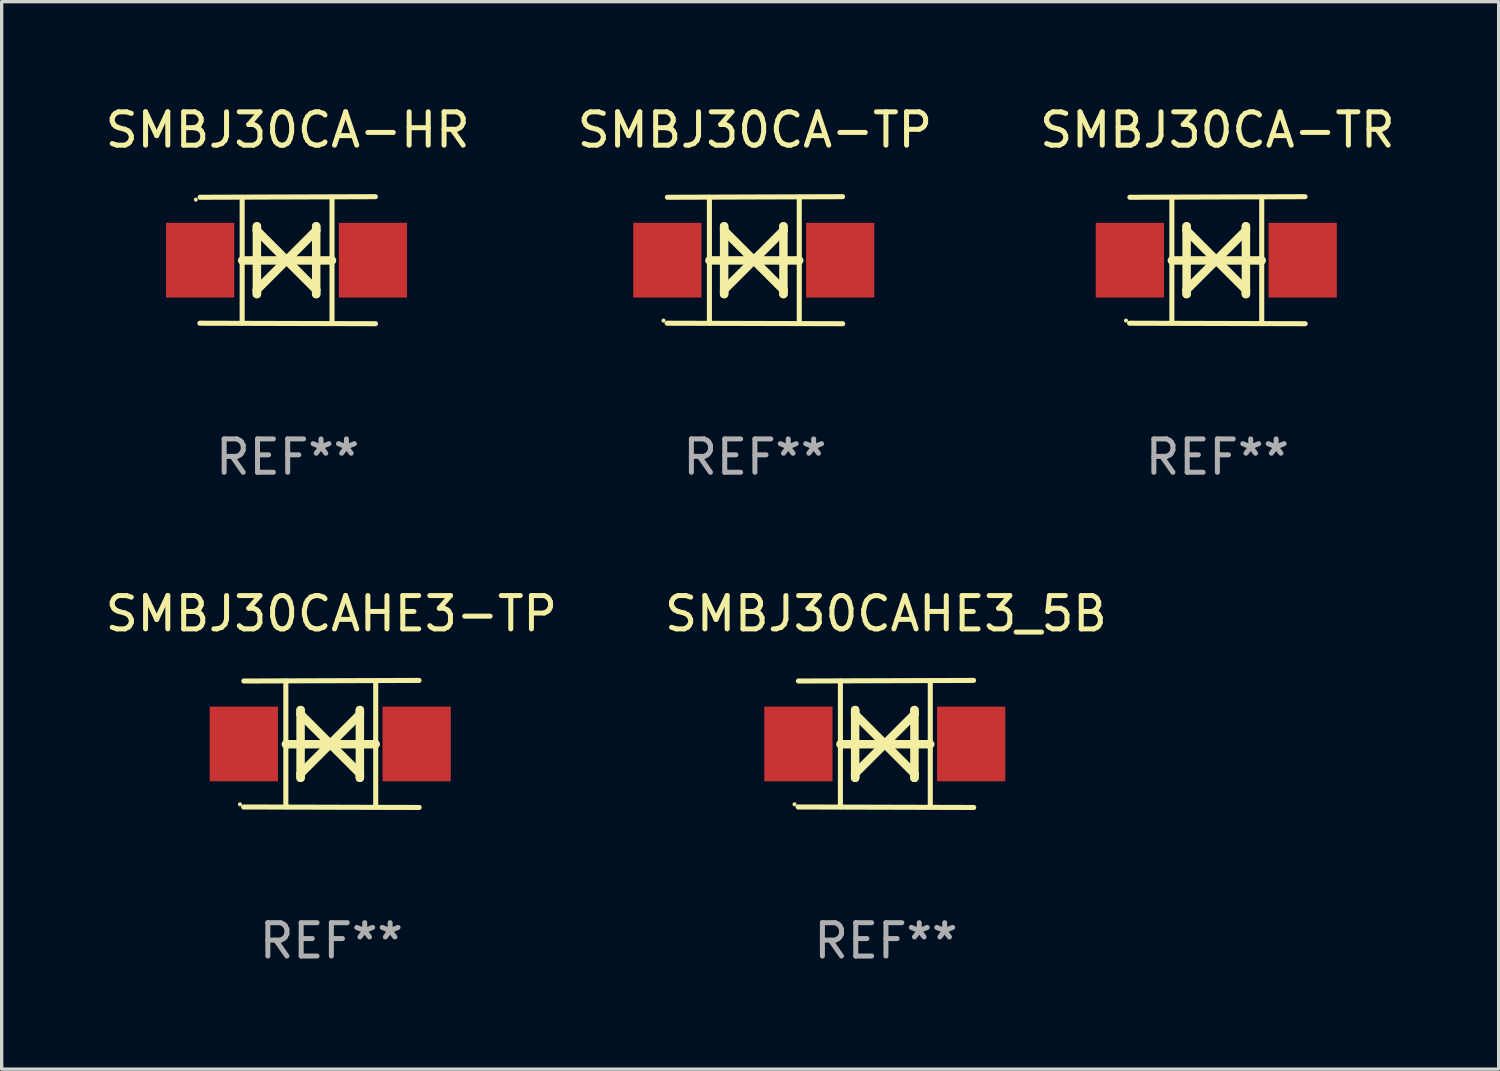
<source format=kicad_pcb>
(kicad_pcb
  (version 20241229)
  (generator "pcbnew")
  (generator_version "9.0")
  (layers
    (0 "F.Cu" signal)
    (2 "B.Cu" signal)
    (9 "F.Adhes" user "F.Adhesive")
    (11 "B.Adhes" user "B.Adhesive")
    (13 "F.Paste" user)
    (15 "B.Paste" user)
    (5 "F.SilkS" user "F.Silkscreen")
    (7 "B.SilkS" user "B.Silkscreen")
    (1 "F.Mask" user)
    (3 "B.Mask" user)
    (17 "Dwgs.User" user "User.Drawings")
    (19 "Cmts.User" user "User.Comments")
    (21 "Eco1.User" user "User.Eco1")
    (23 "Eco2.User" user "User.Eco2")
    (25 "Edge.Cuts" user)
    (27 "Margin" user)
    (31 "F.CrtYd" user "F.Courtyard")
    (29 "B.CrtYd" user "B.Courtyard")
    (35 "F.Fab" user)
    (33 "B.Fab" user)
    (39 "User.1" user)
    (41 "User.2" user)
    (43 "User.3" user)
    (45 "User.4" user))
  (footprint "SMBJ30CAHE3_5B"
    (layer "F.Cu")
    (at 23.518 19.26)
    (property "Reference" "SMBJ30CAHE3_5B" (at 0 -3.905 0) (layer "F.SilkS") (effects (font (size 1 1) (thickness 0.15))))
    (attr through_hole)
    (fp_line (start -1.365 1.886) (end -1.365 -1.886) (stroke (width 0.152) (type solid)) (layer "F.SilkS"))
    (fp_line (start -1.365 0.008) (end 1.33 0.008) (stroke (width 0.254) (type solid)) (layer "F.SilkS"))
    (fp_line (start -0.923 -1.016) (end -0.923 1.016) (stroke (width 0.254) (type solid)) (layer "F.SilkS"))
    (fp_line (start -0.923 -0.889) (end -0.923 -1.016) (stroke (width 0.254) (type solid)) (layer "F.SilkS"))
    (fp_line (start -0.923 0.889) (end -0.034 0) (stroke (width 0.254) (type solid)) (layer "F.SilkS"))
    (fp_line (start -0.923 1.016) (end -0.923 0.889) (stroke (width 0.254) (type solid)) (layer "F.SilkS"))
    (fp_line (start -0.034 0) (end -0.923 -0.889) (stroke (width 0.254) (type solid)) (layer "F.SilkS"))
    (fp_line (start -0.034 0) (end 0.855 0.889) (stroke (width 0.254) (type solid)) (layer "F.SilkS"))
    (fp_line (start 0.855 -1.016) (end 0.855 -0.889) (stroke (width 0.254) (type solid)) (layer "F.SilkS"))
    (fp_line (start 0.855 -0.889) (end -0.034 0) (stroke (width 0.254) (type solid)) (layer "F.SilkS"))
    (fp_line (start 0.855 0.889) (end 0.855 1.016) (stroke (width 0.254) (type solid)) (layer "F.SilkS"))
    (fp_line (start 0.855 1.016) (end 0.855 -1.016) (stroke (width 0.254) (type solid)) (layer "F.SilkS"))
    (fp_line (start 1.33 1.886) (end 1.33 -1.886) (stroke (width 0.152) (type solid)) (layer "F.SilkS"))
    (fp_line (start 2.629 -1.905) (end -2.625 -1.887) (stroke (width 0.152) (type solid)) (layer "F.SilkS"))
    (fp_line (start 2.633 1.905) (end -2.633 1.89) (stroke (width 0.152) (type solid)) (layer "F.SilkS"))
    (fp_circle (center -2.741 1.81) (end -2.711 1.81) (stroke (width 0.06) (type solid)) (fill no) (layer "F.SilkS"))
    (fp_text user "REF**" (at 0 5.905 0) (layer "F.Fab") (effects (font (size 1 1) (thickness 0.15))))
    (pad "1" smd rect (at -2.625 0) (size 2.047 2.241) (layers "F.Cu" "F.Mask" "F.Paste"))
    (pad "2" smd rect (at 2.557 0) (size 2.047 2.241) (layers "F.Cu" "F.Mask" "F.Paste")))
  (footprint "SMBJ30CA-TR"
    (layer "F.Cu")
    (at 33.458 4.753)
    (property "Reference" "SMBJ30CA-TR" (at 0 -3.905 0) (layer "F.SilkS") (effects (font (size 1 1) (thickness 0.15))))
    (attr through_hole)
    (fp_line (start -1.365 1.886) (end -1.365 -1.886) (stroke (width 0.152) (type solid)) (layer "F.SilkS"))
    (fp_line (start -1.365 0.008) (end 1.33 0.008) (stroke (width 0.254) (type solid)) (layer "F.SilkS"))
    (fp_line (start -0.923 -1.016) (end -0.923 1.016) (stroke (width 0.254) (type solid)) (layer "F.SilkS"))
    (fp_line (start -0.923 -0.889) (end -0.923 -1.016) (stroke (width 0.254) (type solid)) (layer "F.SilkS"))
    (fp_line (start -0.923 0.889) (end -0.034 0) (stroke (width 0.254) (type solid)) (layer "F.SilkS"))
    (fp_line (start -0.923 1.016) (end -0.923 0.889) (stroke (width 0.254) (type solid)) (layer "F.SilkS"))
    (fp_line (start -0.034 0) (end -0.923 -0.889) (stroke (width 0.254) (type solid)) (layer "F.SilkS"))
    (fp_line (start -0.034 0) (end 0.855 0.889) (stroke (width 0.254) (type solid)) (layer "F.SilkS"))
    (fp_line (start 0.855 -1.016) (end 0.855 -0.889) (stroke (width 0.254) (type solid)) (layer "F.SilkS"))
    (fp_line (start 0.855 -0.889) (end -0.034 0) (stroke (width 0.254) (type solid)) (layer "F.SilkS"))
    (fp_line (start 0.855 0.889) (end 0.855 1.016) (stroke (width 0.254) (type solid)) (layer "F.SilkS"))
    (fp_line (start 0.855 1.016) (end 0.855 -1.016) (stroke (width 0.254) (type solid)) (layer "F.SilkS"))
    (fp_line (start 1.33 1.886) (end 1.33 -1.886) (stroke (width 0.152) (type solid)) (layer "F.SilkS"))
    (fp_line (start 2.629 -1.905) (end -2.625 -1.887) (stroke (width 0.152) (type solid)) (layer "F.SilkS"))
    (fp_line (start 2.633 1.905) (end -2.633 1.89) (stroke (width 0.152) (type solid)) (layer "F.SilkS"))
    (fp_circle (center -2.741 1.81) (end -2.711 1.81) (stroke (width 0.06) (type solid)) (fill no) (layer "F.SilkS"))
    (fp_text user "REF**" (at 0 5.905 0) (layer "F.Fab") (effects (font (size 1 1) (thickness 0.15))))
    (pad "1" smd rect (at -2.625 0) (size 2.047 2.241) (layers "F.Cu" "F.Mask" "F.Paste"))
    (pad "2" smd rect (at 2.557 0) (size 2.047 2.241) (layers "F.Cu" "F.Mask" "F.Paste")))
  (footprint "SMBJ30CA-TP"
    (layer "F.Cu")
    (at 19.589 4.753)
    (property "Reference" "SMBJ30CA-TP" (at 0 -3.905 0) (layer "F.SilkS") (effects (font (size 1 1) (thickness 0.15))))
    (attr through_hole)
    (fp_line (start -1.365 1.886) (end -1.365 -1.886) (stroke (width 0.152) (type solid)) (layer "F.SilkS"))
    (fp_line (start -1.365 0.008) (end 1.33 0.008) (stroke (width 0.254) (type solid)) (layer "F.SilkS"))
    (fp_line (start -0.923 -1.016) (end -0.923 1.016) (stroke (width 0.254) (type solid)) (layer "F.SilkS"))
    (fp_line (start -0.923 -0.889) (end -0.923 -1.016) (stroke (width 0.254) (type solid)) (layer "F.SilkS"))
    (fp_line (start -0.923 0.889) (end -0.034 0) (stroke (width 0.254) (type solid)) (layer "F.SilkS"))
    (fp_line (start -0.923 1.016) (end -0.923 0.889) (stroke (width 0.254) (type solid)) (layer "F.SilkS"))
    (fp_line (start -0.034 0) (end -0.923 -0.889) (stroke (width 0.254) (type solid)) (layer "F.SilkS"))
    (fp_line (start -0.034 0) (end 0.855 0.889) (stroke (width 0.254) (type solid)) (layer "F.SilkS"))
    (fp_line (start 0.855 -1.016) (end 0.855 -0.889) (stroke (width 0.254) (type solid)) (layer "F.SilkS"))
    (fp_line (start 0.855 -0.889) (end -0.034 0) (stroke (width 0.254) (type solid)) (layer "F.SilkS"))
    (fp_line (start 0.855 0.889) (end 0.855 1.016) (stroke (width 0.254) (type solid)) (layer "F.SilkS"))
    (fp_line (start 0.855 1.016) (end 0.855 -1.016) (stroke (width 0.254) (type solid)) (layer "F.SilkS"))
    (fp_line (start 1.33 1.886) (end 1.33 -1.886) (stroke (width 0.152) (type solid)) (layer "F.SilkS"))
    (fp_line (start 2.629 -1.905) (end -2.625 -1.887) (stroke (width 0.152) (type solid)) (layer "F.SilkS"))
    (fp_line (start 2.633 1.905) (end -2.633 1.89) (stroke (width 0.152) (type solid)) (layer "F.SilkS"))
    (fp_circle (center -2.741 1.81) (end -2.711 1.81) (stroke (width 0.06) (type solid)) (fill no) (layer "F.SilkS"))
    (fp_text user "REF**" (at 0 5.905 0) (layer "F.Fab") (effects (font (size 1 1) (thickness 0.15))))
    (pad "1" smd rect (at -2.625 0) (size 2.047 2.241) (layers "F.Cu" "F.Mask" "F.Paste"))
    (pad "2" smd rect (at 2.557 0) (size 2.047 2.241) (layers "F.Cu" "F.Mask" "F.Paste")))
  (footprint "SMBJ30CAHE3-TP"
    (layer "F.Cu")
    (at 6.887 19.26)
    (property "Reference" "SMBJ30CAHE3-TP" (at 0 -3.905 0) (layer "F.SilkS") (effects (font (size 1 1) (thickness 0.15))))
    (attr through_hole)
    (fp_line (start -1.365 1.886) (end -1.365 -1.886) (stroke (width 0.152) (type solid)) (layer "F.SilkS"))
    (fp_line (start -1.365 0.008) (end 1.33 0.008) (stroke (width 0.254) (type solid)) (layer "F.SilkS"))
    (fp_line (start -0.923 -1.016) (end -0.923 1.016) (stroke (width 0.254) (type solid)) (layer "F.SilkS"))
    (fp_line (start -0.923 -0.889) (end -0.923 -1.016) (stroke (width 0.254) (type solid)) (layer "F.SilkS"))
    (fp_line (start -0.923 0.889) (end -0.034 0) (stroke (width 0.254) (type solid)) (layer "F.SilkS"))
    (fp_line (start -0.923 1.016) (end -0.923 0.889) (stroke (width 0.254) (type solid)) (layer "F.SilkS"))
    (fp_line (start -0.034 0) (end -0.923 -0.889) (stroke (width 0.254) (type solid)) (layer "F.SilkS"))
    (fp_line (start -0.034 0) (end 0.855 0.889) (stroke (width 0.254) (type solid)) (layer "F.SilkS"))
    (fp_line (start 0.855 -1.016) (end 0.855 -0.889) (stroke (width 0.254) (type solid)) (layer "F.SilkS"))
    (fp_line (start 0.855 -0.889) (end -0.034 0) (stroke (width 0.254) (type solid)) (layer "F.SilkS"))
    (fp_line (start 0.855 0.889) (end 0.855 1.016) (stroke (width 0.254) (type solid)) (layer "F.SilkS"))
    (fp_line (start 0.855 1.016) (end 0.855 -1.016) (stroke (width 0.254) (type solid)) (layer "F.SilkS"))
    (fp_line (start 1.33 1.886) (end 1.33 -1.886) (stroke (width 0.152) (type solid)) (layer "F.SilkS"))
    (fp_line (start 2.629 -1.905) (end -2.625 -1.887) (stroke (width 0.152) (type solid)) (layer "F.SilkS"))
    (fp_line (start 2.633 1.905) (end -2.633 1.89) (stroke (width 0.152) (type solid)) (layer "F.SilkS"))
    (fp_circle (center -2.741 1.81) (end -2.711 1.81) (stroke (width 0.06) (type solid)) (fill no) (layer "F.SilkS"))
    (fp_text user "REF**" (at 0 5.905 0) (layer "F.Fab") (effects (font (size 1 1) (thickness 0.15))))
    (pad "1" smd rect (at -2.625 0) (size 2.047 2.241) (layers "F.Cu" "F.Mask" "F.Paste"))
    (pad "2" smd rect (at 2.557 0) (size 2.047 2.241) (layers "F.Cu" "F.Mask" "F.Paste")))
  (footprint "SMBJ30CA-HR"
    (layer "F.Cu")
    (at 5.577 4.753)
    (property "Reference" "SMBJ30CA-HR" (at 0 -3.905 0) (layer "F.SilkS") (effects (font (size 1 1) (thickness 0.15))))
    (attr through_hole)
    (fp_line (start -1.365 1.886) (end -1.365 -1.886) (stroke (width 0.152) (type solid)) (layer "F.SilkS"))
    (fp_line (start -1.365 0.008) (end 1.33 0.008) (stroke (width 0.254) (type solid)) (layer "F.SilkS"))
    (fp_line (start -0.923 -1.016) (end -0.923 1.016) (stroke (width 0.254) (type solid)) (layer "F.SilkS"))
    (fp_line (start -0.923 -0.889) (end -0.923 -1.016) (stroke (width 0.254) (type solid)) (layer "F.SilkS"))
    (fp_line (start -0.923 0.889) (end -0.034 0) (stroke (width 0.254) (type solid)) (layer "F.SilkS"))
    (fp_line (start -0.923 1.016) (end -0.923 0.889) (stroke (width 0.254) (type solid)) (layer "F.SilkS"))
    (fp_line (start -0.034 0) (end -0.923 -0.889) (stroke (width 0.254) (type solid)) (layer "F.SilkS"))
    (fp_line (start -0.034 0) (end 0.855 0.889) (stroke (width 0.254) (type solid)) (layer "F.SilkS"))
    (fp_line (start 0.855 -1.016) (end 0.855 -0.889) (stroke (width 0.254) (type solid)) (layer "F.SilkS"))
    (fp_line (start 0.855 -0.889) (end -0.034 0) (stroke (width 0.254) (type solid)) (layer "F.SilkS"))
    (fp_line (start 0.855 0.889) (end 0.855 1.016) (stroke (width 0.254) (type solid)) (layer "F.SilkS"))
    (fp_line (start 0.855 1.016) (end 0.855 -1.016) (stroke (width 0.254) (type solid)) (layer "F.SilkS"))
    (fp_line (start 1.33 1.886) (end 1.33 -1.886) (stroke (width 0.152) (type solid)) (layer "F.SilkS"))
    (fp_line (start 2.629 -1.905) (end -2.625 -1.887) (stroke (width 0.152) (type solid)) (layer "F.SilkS"))
    (fp_line (start 2.633 1.905) (end -2.633 1.89) (stroke (width 0.152) (type solid)) (layer "F.SilkS"))
    (fp_circle (center -2.753 -1.816) (end -2.723 -1.816) (stroke (width 0.06) (type solid)) (fill no) (layer "F.SilkS"))
    (fp_text user "REF**" (at 0 5.905 0) (layer "F.Fab") (effects (font (size 1 1) (thickness 0.15))))
    (pad "1" smd rect (at -2.625 0) (size 2.047 2.241) (layers "F.Cu" "F.Mask" "F.Paste"))
    (pad "2" smd rect (at 2.557 0) (size 2.047 2.241) (layers "F.Cu" "F.Mask" "F.Paste")))
  (gr_rect
    (start -3 -3)
    (end 41.893 29.013)
    (stroke (width 0.1) (type default))
    (fill no)
    (layer "Edge.Cuts")))
</source>
